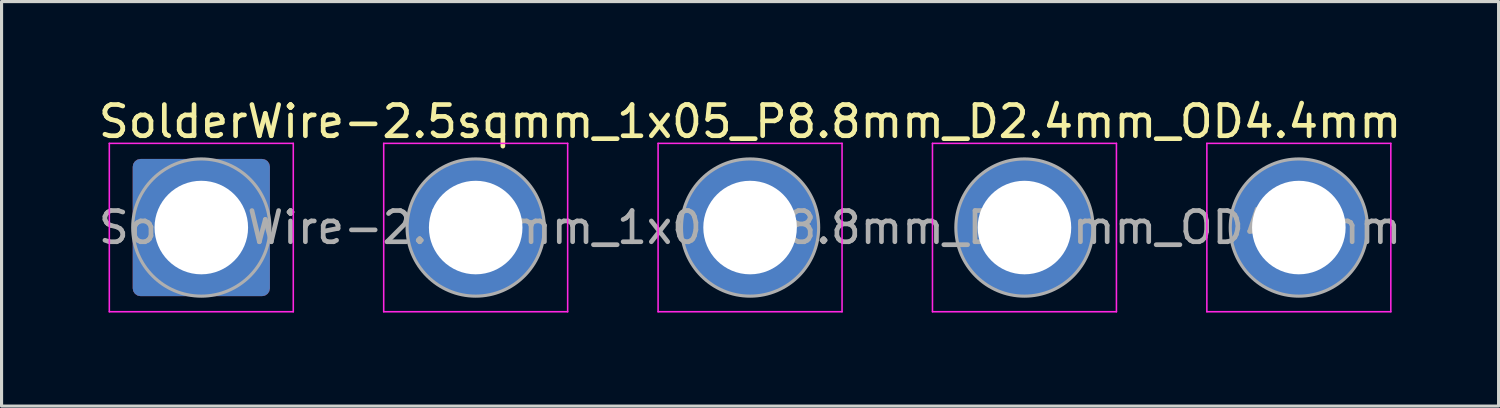
<source format=kicad_pcb>
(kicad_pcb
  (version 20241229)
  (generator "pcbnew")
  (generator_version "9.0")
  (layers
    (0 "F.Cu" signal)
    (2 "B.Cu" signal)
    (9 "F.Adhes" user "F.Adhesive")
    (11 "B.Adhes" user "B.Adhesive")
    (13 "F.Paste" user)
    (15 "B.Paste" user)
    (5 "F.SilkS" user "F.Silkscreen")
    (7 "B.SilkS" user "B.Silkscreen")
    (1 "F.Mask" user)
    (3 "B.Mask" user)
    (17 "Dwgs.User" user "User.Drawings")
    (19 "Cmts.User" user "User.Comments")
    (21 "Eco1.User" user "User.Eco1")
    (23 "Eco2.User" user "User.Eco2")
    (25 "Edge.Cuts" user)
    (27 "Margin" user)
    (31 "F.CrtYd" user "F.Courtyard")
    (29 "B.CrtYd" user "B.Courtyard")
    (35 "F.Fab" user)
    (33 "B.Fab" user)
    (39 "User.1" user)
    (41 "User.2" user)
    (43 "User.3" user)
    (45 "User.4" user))
  (footprint "SolderWire-2.5sqmm_1x05_P8.8mm_D2.4mm_OD4.4mm"
    (layer "F.Cu")
    (at 3.406 4.248)
    (property "Reference" "SolderWire-2.5sqmm_1x05_P8.8mm_D2.4mm_OD4.4mm" (at 17.6 -3.4 0) (layer "F.SilkS") (effects (font (size 1 1) (thickness 0.15))))
    (attr exclude_from_pos_files exclude_from_bom)
    (fp_line (start -2.95 -2.7) (end -2.95 2.7) (stroke (width 0.05) (type solid)) (layer "F.CrtYd"))
    (fp_line (start -2.95 2.7) (end 2.95 2.7) (stroke (width 0.05) (type solid)) (layer "F.CrtYd"))
    (fp_line (start 2.95 -2.7) (end -2.95 -2.7) (stroke (width 0.05) (type solid)) (layer "F.CrtYd"))
    (fp_line (start 2.95 2.7) (end 2.95 -2.7) (stroke (width 0.05) (type solid)) (layer "F.CrtYd"))
    (fp_line (start 5.85 -2.7) (end 5.85 2.7) (stroke (width 0.05) (type solid)) (layer "F.CrtYd"))
    (fp_line (start 5.85 2.7) (end 11.75 2.7) (stroke (width 0.05) (type solid)) (layer "F.CrtYd"))
    (fp_line (start 11.75 -2.7) (end 5.85 -2.7) (stroke (width 0.05) (type solid)) (layer "F.CrtYd"))
    (fp_line (start 11.75 2.7) (end 11.75 -2.7) (stroke (width 0.05) (type solid)) (layer "F.CrtYd"))
    (fp_line (start 14.65 -2.7) (end 14.65 2.7) (stroke (width 0.05) (type solid)) (layer "F.CrtYd"))
    (fp_line (start 14.65 2.7) (end 20.55 2.7) (stroke (width 0.05) (type solid)) (layer "F.CrtYd"))
    (fp_line (start 20.55 -2.7) (end 14.65 -2.7) (stroke (width 0.05) (type solid)) (layer "F.CrtYd"))
    (fp_line (start 20.55 2.7) (end 20.55 -2.7) (stroke (width 0.05) (type solid)) (layer "F.CrtYd"))
    (fp_line (start 23.45 -2.7) (end 23.45 2.7) (stroke (width 0.05) (type solid)) (layer "F.CrtYd"))
    (fp_line (start 23.45 2.7) (end 29.35 2.7) (stroke (width 0.05) (type solid)) (layer "F.CrtYd"))
    (fp_line (start 29.35 -2.7) (end 23.45 -2.7) (stroke (width 0.05) (type solid)) (layer "F.CrtYd"))
    (fp_line (start 29.35 2.7) (end 29.35 -2.7) (stroke (width 0.05) (type solid)) (layer "F.CrtYd"))
    (fp_line (start 32.25 -2.7) (end 32.25 2.7) (stroke (width 0.05) (type solid)) (layer "F.CrtYd"))
    (fp_line (start 32.25 2.7) (end 38.15 2.7) (stroke (width 0.05) (type solid)) (layer "F.CrtYd"))
    (fp_line (start 38.15 -2.7) (end 32.25 -2.7) (stroke (width 0.05) (type solid)) (layer "F.CrtYd"))
    (fp_line (start 38.15 2.7) (end 38.15 -2.7) (stroke (width 0.05) (type solid)) (layer "F.CrtYd"))
    (fp_circle (center 0 0) (end 2.2 0) (stroke (width 0.1) (type solid)) (fill no) (layer "F.Fab"))
    (fp_circle (center 8.8 0) (end 11 0) (stroke (width 0.1) (type solid)) (fill no) (layer "F.Fab"))
    (fp_circle (center 17.6 0) (end 19.8 0) (stroke (width 0.1) (type solid)) (fill no) (layer "F.Fab"))
    (fp_circle (center 26.4 0) (end 28.6 0) (stroke (width 0.1) (type solid)) (fill no) (layer "F.Fab"))
    (fp_circle (center 35.2 0) (end 37.4 0) (stroke (width 0.1) (type solid)) (fill no) (layer "F.Fab"))
    (fp_text user "${REFERENCE}" (at 17.6 0 0) (layer "F.Fab") (effects (font (size 1 1) (thickness 0.15))))
    (pad "1" thru_hole roundrect (at 0 0) (size 4.4 4.4) (drill 3) (layers "*.Cu" "*.Mask") (roundrect_rratio 0.057))
    (pad "2" thru_hole circle (at 8.8 0) (size 4.4 4.4) (drill 3) (layers "*.Cu" "*.Mask"))
    (pad "3" thru_hole circle (at 17.6 0) (size 4.4 4.4) (drill 3) (layers "*.Cu" "*.Mask"))
    (pad "4" thru_hole circle (at 26.4 0) (size 4.4 4.4) (drill 3) (layers "*.Cu" "*.Mask"))
    (pad "5" thru_hole circle (at 35.2 0) (size 4.4 4.4) (drill 3) (layers "*.Cu" "*.Mask")))
  (gr_rect
    (start -3 -3)
    (end 45.012 9.973)
    (stroke (width 0.1) (type default))
    (fill no)
    (layer "Edge.Cuts")))
</source>
